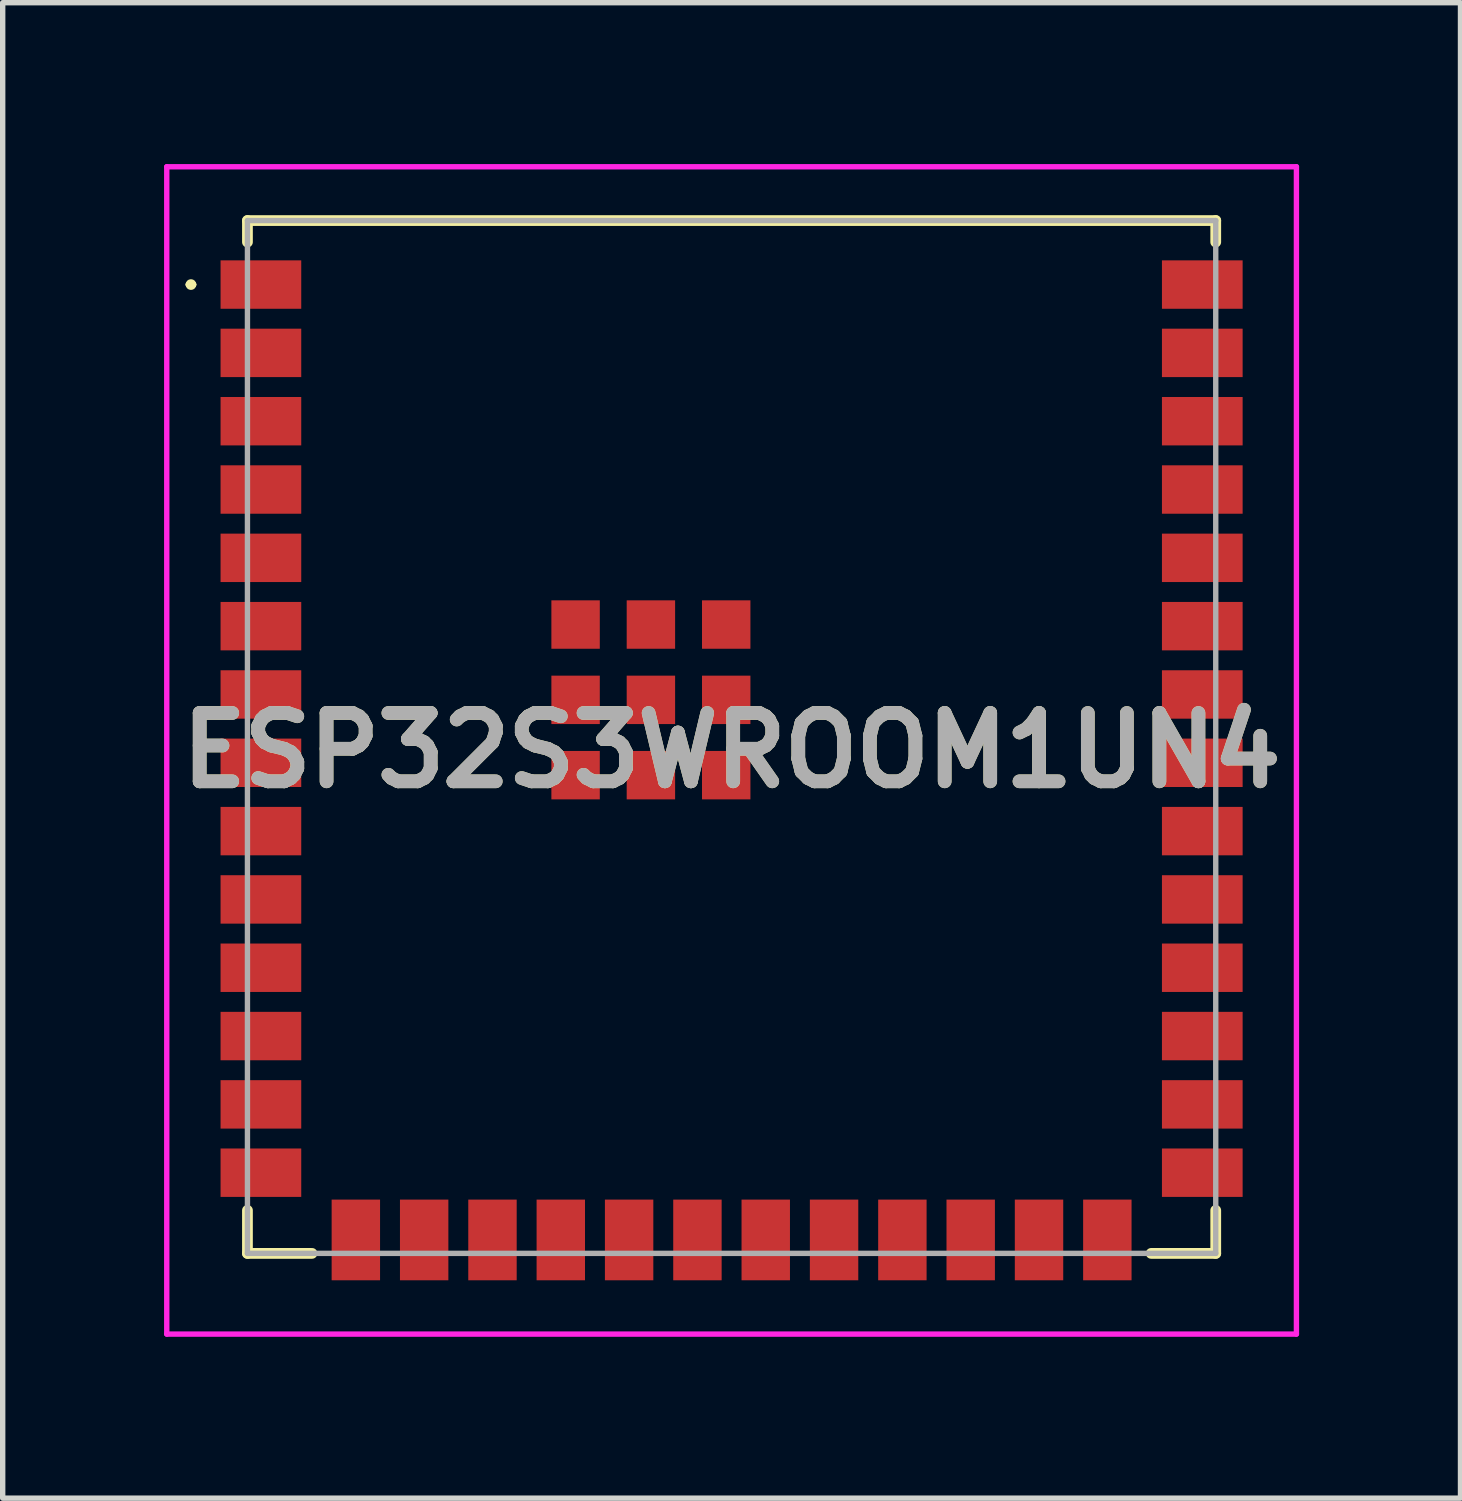
<source format=kicad_pcb>
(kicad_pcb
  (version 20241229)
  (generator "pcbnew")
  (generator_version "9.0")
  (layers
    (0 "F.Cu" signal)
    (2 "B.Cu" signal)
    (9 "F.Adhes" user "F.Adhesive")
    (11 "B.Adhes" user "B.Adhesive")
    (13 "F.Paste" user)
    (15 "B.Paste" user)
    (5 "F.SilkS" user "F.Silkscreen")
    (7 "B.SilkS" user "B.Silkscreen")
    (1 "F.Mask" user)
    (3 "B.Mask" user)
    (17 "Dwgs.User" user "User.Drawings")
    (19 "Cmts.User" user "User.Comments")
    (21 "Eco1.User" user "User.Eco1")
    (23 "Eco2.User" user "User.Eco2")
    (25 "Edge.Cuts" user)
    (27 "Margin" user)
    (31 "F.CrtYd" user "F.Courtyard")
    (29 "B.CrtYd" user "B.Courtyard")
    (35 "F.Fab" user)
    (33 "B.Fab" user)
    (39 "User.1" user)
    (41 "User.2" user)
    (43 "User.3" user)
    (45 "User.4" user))
  (footprint "ESP32S3WROOM1UN4"
    (layer "F.Cu")
    (at 10.55 10.9)
    (property "Reference" "ESP32S3WROOM1UN4" (at 0 0 0) (layer "F.SilkS") (effects (font (size 1.27 1.27) (thickness 0.254))))
    (attr smd)
    (fp_line (start -10.1 -8.66) (end -10.1 -8.66) (stroke (width 0.1) (type solid)) (layer "F.SilkS"))
    (fp_line (start -10 -8.66) (end -10 -8.66) (stroke (width 0.1) (type solid)) (layer "F.SilkS"))
    (fp_line (start -9 -9.85) (end 9 -9.85) (stroke (width 0.2) (type solid)) (layer "F.SilkS"))
    (fp_line (start -9 -9.45) (end -9 -9.85) (stroke (width 0.2) (type solid)) (layer "F.SilkS"))
    (fp_line (start -9 8.55) (end -9 9.35) (stroke (width 0.2) (type solid)) (layer "F.SilkS"))
    (fp_line (start -9 9.35) (end -7.8 9.35) (stroke (width 0.2) (type solid)) (layer "F.SilkS"))
    (fp_line (start 7.8 9.35) (end 9 9.35) (stroke (width 0.2) (type solid)) (layer "F.SilkS"))
    (fp_line (start 9 -9.85) (end 9 -9.45) (stroke (width 0.2) (type solid)) (layer "F.SilkS"))
    (fp_line (start 9 9.35) (end 9 8.55) (stroke (width 0.2) (type solid)) (layer "F.SilkS"))
    (fp_arc (start -10.1 -8.66) (mid -10.05 -8.71) (end -10 -8.66) (stroke (width 0.1) (type solid)) (layer "F.SilkS"))
    (fp_arc (start -10 -8.66) (mid -10.05 -8.61) (end -10.1 -8.66) (stroke (width 0.1) (type solid)) (layer "F.SilkS"))
    (fp_line (start -10.5 -10.85) (end 10.5 -10.85) (stroke (width 0.1) (type solid)) (layer "F.CrtYd"))
    (fp_line (start -10.5 10.85) (end -10.5 -10.85) (stroke (width 0.1) (type solid)) (layer "F.CrtYd"))
    (fp_line (start 10.5 -10.85) (end 10.5 10.85) (stroke (width 0.1) (type solid)) (layer "F.CrtYd"))
    (fp_line (start 10.5 10.85) (end -10.5 10.85) (stroke (width 0.1) (type solid)) (layer "F.CrtYd"))
    (fp_line (start -9 -9.85) (end -9 9.35) (stroke (width 0.1) (type solid)) (layer "F.Fab"))
    (fp_line (start -9 9.35) (end 9 9.35) (stroke (width 0.1) (type solid)) (layer "F.Fab"))
    (fp_line (start 9 -9.85) (end -9 -9.85) (stroke (width 0.1) (type solid)) (layer "F.Fab"))
    (fp_line (start 9 9.35) (end 9 -9.85) (stroke (width 0.1) (type solid)) (layer "F.Fab"))
    (fp_text user "${REFERENCE}" (at 0 0 0) (layer "F.Fab") (effects (font (size 1.27 1.27) (thickness 0.254))))
    (pad "1" smd rect (at -8.75 -8.66 90) (size 0.9 1.5) (layers "F.Cu" "F.Mask" "F.Paste"))
    (pad "2" smd rect (at -8.75 -7.39 90) (size 0.9 1.5) (layers "F.Cu" "F.Mask" "F.Paste"))
    (pad "3" smd rect (at -8.75 -6.12 90) (size 0.9 1.5) (layers "F.Cu" "F.Mask" "F.Paste"))
    (pad "4" smd rect (at -8.75 -4.85 90) (size 0.9 1.5) (layers "F.Cu" "F.Mask" "F.Paste"))
    (pad "5" smd rect (at -8.75 -3.58 90) (size 0.9 1.5) (layers "F.Cu" "F.Mask" "F.Paste"))
    (pad "6" smd rect (at -8.75 -2.31 90) (size 0.9 1.5) (layers "F.Cu" "F.Mask" "F.Paste"))
    (pad "7" smd rect (at -8.75 -1.04 90) (size 0.9 1.5) (layers "F.Cu" "F.Mask" "F.Paste"))
    (pad "8" smd rect (at -8.75 0.23 90) (size 0.9 1.5) (layers "F.Cu" "F.Mask" "F.Paste"))
    (pad "9" smd rect (at -8.75 1.5 90) (size 0.9 1.5) (layers "F.Cu" "F.Mask" "F.Paste"))
    (pad "10" smd rect (at -8.75 2.77 90) (size 0.9 1.5) (layers "F.Cu" "F.Mask" "F.Paste"))
    (pad "11" smd rect (at -8.75 4.04 90) (size 0.9 1.5) (layers "F.Cu" "F.Mask" "F.Paste"))
    (pad "12" smd rect (at -8.75 5.31 90) (size 0.9 1.5) (layers "F.Cu" "F.Mask" "F.Paste"))
    (pad "13" smd rect (at -8.75 6.58 90) (size 0.9 1.5) (layers "F.Cu" "F.Mask" "F.Paste"))
    (pad "14" smd rect (at -8.75 7.85 90) (size 0.9 1.5) (layers "F.Cu" "F.Mask" "F.Paste"))
    (pad "15" smd rect (at -6.985 9.1) (size 0.9 1.5) (layers "F.Cu" "F.Mask" "F.Paste"))
    (pad "16" smd rect (at -5.715 9.1) (size 0.9 1.5) (layers "F.Cu" "F.Mask" "F.Paste"))
    (pad "17" smd rect (at -4.445 9.1) (size 0.9 1.5) (layers "F.Cu" "F.Mask" "F.Paste"))
    (pad "18" smd rect (at -3.175 9.1) (size 0.9 1.5) (layers "F.Cu" "F.Mask" "F.Paste"))
    (pad "19" smd rect (at -1.905 9.1) (size 0.9 1.5) (layers "F.Cu" "F.Mask" "F.Paste"))
    (pad "20" smd rect (at -0.635 9.1) (size 0.9 1.5) (layers "F.Cu" "F.Mask" "F.Paste"))
    (pad "21" smd rect (at 0.635 9.1) (size 0.9 1.5) (layers "F.Cu" "F.Mask" "F.Paste"))
    (pad "22" smd rect (at 1.905 9.1) (size 0.9 1.5) (layers "F.Cu" "F.Mask" "F.Paste"))
    (pad "23" smd rect (at 3.175 9.1) (size 0.9 1.5) (layers "F.Cu" "F.Mask" "F.Paste"))
    (pad "24" smd rect (at 4.445 9.1) (size 0.9 1.5) (layers "F.Cu" "F.Mask" "F.Paste"))
    (pad "25" smd rect (at 5.715 9.1) (size 0.9 1.5) (layers "F.Cu" "F.Mask" "F.Paste"))
    (pad "26" smd rect (at 6.985 9.1) (size 0.9 1.5) (layers "F.Cu" "F.Mask" "F.Paste"))
    (pad "27" smd rect (at 8.75 7.85 90) (size 0.9 1.5) (layers "F.Cu" "F.Mask" "F.Paste"))
    (pad "28" smd rect (at 8.75 6.58 90) (size 0.9 1.5) (layers "F.Cu" "F.Mask" "F.Paste"))
    (pad "29" smd rect (at 8.75 5.31 90) (size 0.9 1.5) (layers "F.Cu" "F.Mask" "F.Paste"))
    (pad "30" smd rect (at 8.75 4.04 90) (size 0.9 1.5) (layers "F.Cu" "F.Mask" "F.Paste"))
    (pad "31" smd rect (at 8.75 2.77 90) (size 0.9 1.5) (layers "F.Cu" "F.Mask" "F.Paste"))
    (pad "32" smd rect (at 8.75 1.5 90) (size 0.9 1.5) (layers "F.Cu" "F.Mask" "F.Paste"))
    (pad "33" smd rect (at 8.75 0.23 90) (size 0.9 1.5) (layers "F.Cu" "F.Mask" "F.Paste"))
    (pad "34" smd rect (at 8.75 -1.04 90) (size 0.9 1.5) (layers "F.Cu" "F.Mask" "F.Paste"))
    (pad "35" smd rect (at 8.75 -2.31 90) (size 0.9 1.5) (layers "F.Cu" "F.Mask" "F.Paste"))
    (pad "36" smd rect (at 8.75 -3.58 90) (size 0.9 1.5) (layers "F.Cu" "F.Mask" "F.Paste"))
    (pad "37" smd rect (at 8.75 -4.85 90) (size 0.9 1.5) (layers "F.Cu" "F.Mask" "F.Paste"))
    (pad "38" smd rect (at 8.75 -6.12 90) (size 0.9 1.5) (layers "F.Cu" "F.Mask" "F.Paste"))
    (pad "39" smd rect (at 8.75 -7.39 90) (size 0.9 1.5) (layers "F.Cu" "F.Mask" "F.Paste"))
    (pad "40" smd rect (at 8.75 -8.66 90) (size 0.9 1.5) (layers "F.Cu" "F.Mask" "F.Paste"))
    (pad "41" smd rect (at -1.5 -0.94 90) (size 0.9 0.9) (layers "F.Cu" "F.Mask" "F.Paste"))
    (pad "42" smd rect (at -0.1 -0.94 90) (size 0.9 0.9) (layers "F.Cu" "F.Mask" "F.Paste"))
    (pad "43" smd rect (at -0.1 -2.34 90) (size 0.9 0.9) (layers "F.Cu" "F.Mask" "F.Paste"))
    (pad "44" smd rect (at -1.5 -2.34 90) (size 0.9 0.9) (layers "F.Cu" "F.Mask" "F.Paste"))
    (pad "45" smd rect (at -2.9 -2.34 90) (size 0.9 0.9) (layers "F.Cu" "F.Mask" "F.Paste"))
    (pad "46" smd rect (at -2.9 -0.94 90) (size 0.9 0.9) (layers "F.Cu" "F.Mask" "F.Paste"))
    (pad "47" smd rect (at -2.9 0.46 90) (size 0.9 0.9) (layers "F.Cu" "F.Mask" "F.Paste"))
    (pad "48" smd rect (at -1.5 0.46 90) (size 0.9 0.9) (layers "F.Cu" "F.Mask" "F.Paste"))
    (pad "49" smd rect (at -0.1 0.46 90) (size 0.9 0.9) (layers "F.Cu" "F.Mask" "F.Paste")))
  (gr_rect
    (start -3 -3)
    (end 24.1 24.8)
    (stroke (width 0.1) (type default))
    (fill no)
    (layer "Edge.Cuts")))
</source>
